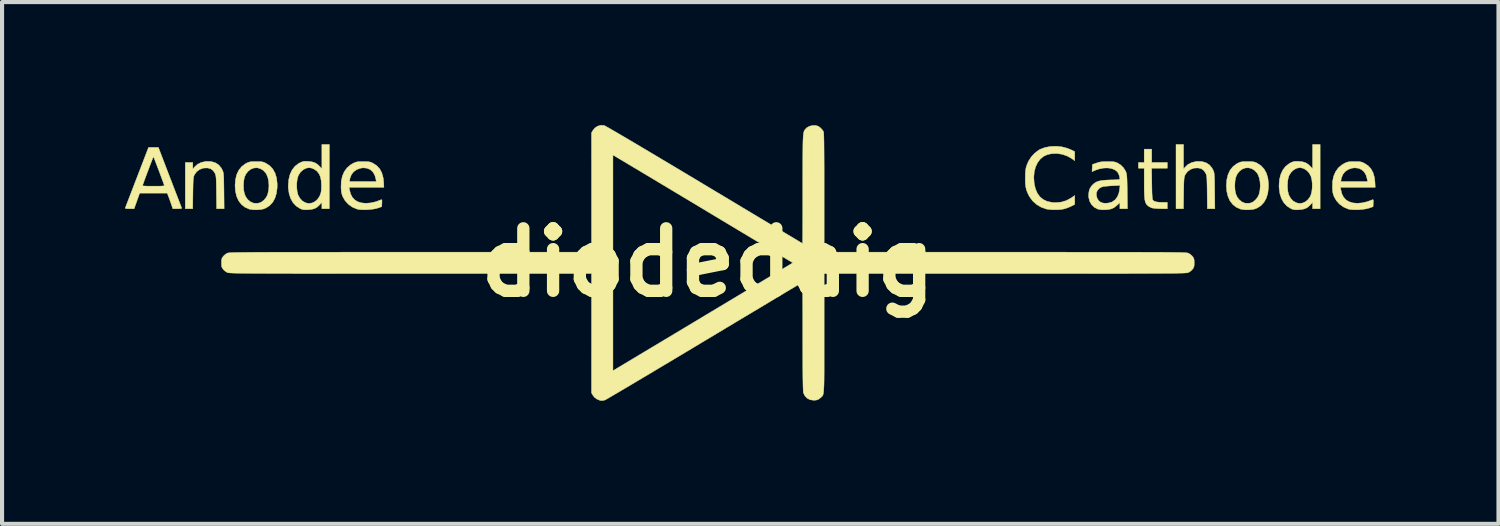
<source format=kicad_pcb>
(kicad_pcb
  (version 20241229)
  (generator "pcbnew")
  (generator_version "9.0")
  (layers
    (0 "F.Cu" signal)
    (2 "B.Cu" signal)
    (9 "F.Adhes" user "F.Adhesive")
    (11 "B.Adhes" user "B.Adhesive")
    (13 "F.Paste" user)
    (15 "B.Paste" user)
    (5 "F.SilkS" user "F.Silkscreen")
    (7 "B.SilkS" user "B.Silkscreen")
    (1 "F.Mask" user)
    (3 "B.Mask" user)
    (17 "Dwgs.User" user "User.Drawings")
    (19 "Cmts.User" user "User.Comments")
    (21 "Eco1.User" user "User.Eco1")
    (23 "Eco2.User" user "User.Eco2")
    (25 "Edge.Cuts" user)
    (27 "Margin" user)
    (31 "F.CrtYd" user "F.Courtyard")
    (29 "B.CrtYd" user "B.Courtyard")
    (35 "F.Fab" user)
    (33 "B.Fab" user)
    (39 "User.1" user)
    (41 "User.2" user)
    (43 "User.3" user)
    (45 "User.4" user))
  (footprint "diodedaig"
    (layer "F.Cu")
    (at 14.21 3.352)
    (property "Reference" "diodedaig" (at 0 0 0) (layer "F.SilkS") (effects (font (size 1.524 1.524) (thickness 0.3))))
    (attr through_hole)
    (fp_poly (pts (xy 10.823 -2.441) (xy 11.204 -2.441) (xy 11.204 -2.3) (xy 10.821 -2.3) (xy 10.826 -1.93) (xy 10.828 -1.803) (xy 10.83 -1.703) (xy 10.834 -1.627) (xy 10.838 -1.573) (xy 10.844 -1.54) (xy 10.848 -1.528) (xy 10.877 -1.5) (xy 10.929 -1.481) (xy 11.006 -1.47) (xy 11.088 -1.468) (xy 11.204 -1.468) (xy 11.204 -1.312) (xy 11.045 -1.313) (xy 10.968 -1.316) (xy 10.898 -1.321) (xy 10.843 -1.329) (xy 10.825 -1.333) (xy 10.776 -1.355) (xy 10.731 -1.384) (xy 10.722 -1.392) (xy 10.699 -1.417) (xy 10.681 -1.446) (xy 10.667 -1.481) (xy 10.656 -1.526) (xy 10.649 -1.585) (xy 10.644 -1.661) (xy 10.641 -1.756) (xy 10.64 -1.876) (xy 10.64 -1.936) (xy 10.64 -2.3) (xy 10.499 -2.3) (xy 10.499 -2.441) (xy 10.64 -2.441) (xy 10.64 -2.766) (xy 10.823 -2.766) (xy 10.823 -2.441)) (stroke (width 0.01) (type solid)) (fill yes) (layer "F.SilkS"))
    (fp_poly (pts (xy -12.105 -2.462) (xy -12.01 -2.434) (xy -11.93 -2.383) (xy -11.867 -2.309) (xy -11.837 -2.254) (xy -11.828 -2.232) (xy -11.82 -2.211) (xy -11.815 -2.187) (xy -11.81 -2.156) (xy -11.807 -2.116) (xy -11.804 -2.062) (xy -11.803 -1.991) (xy -11.801 -1.9) (xy -11.8 -1.786) (xy -11.799 -1.746) (xy -11.795 -1.312) (xy -11.978 -1.312) (xy -11.983 -1.711) (xy -11.984 -1.828) (xy -11.986 -1.921) (xy -11.988 -1.993) (xy -11.99 -2.047) (xy -11.994 -2.088) (xy -11.999 -2.119) (xy -12.005 -2.143) (xy -12.013 -2.164) (xy -12.018 -2.176) (xy -12.063 -2.243) (xy -12.123 -2.287) (xy -12.199 -2.307) (xy -12.289 -2.304) (xy -12.311 -2.3) (xy -12.392 -2.27) (xy -12.462 -2.218) (xy -12.514 -2.15) (xy -12.525 -2.128) (xy -12.533 -2.106) (xy -12.54 -2.08) (xy -12.544 -2.047) (xy -12.548 -2.002) (xy -12.551 -1.943) (xy -12.553 -1.864) (xy -12.555 -1.763) (xy -12.556 -1.69) (xy -12.561 -1.312) (xy -12.742 -1.312) (xy -12.742 -2.441) (xy -12.559 -2.441) (xy -12.559 -2.28) (xy -12.518 -2.329) (xy -12.446 -2.395) (xy -12.356 -2.44) (xy -12.249 -2.464) (xy -12.217 -2.467) (xy -12.105 -2.462)) (stroke (width 0.01) (type solid)) (fill yes) (layer "F.SilkS"))
    (fp_poly (pts (xy 11.599 -2.28) (xy 11.64 -2.329) (xy 11.712 -2.395) (xy 11.803 -2.44) (xy 11.909 -2.464) (xy 11.941 -2.467) (xy 12.053 -2.462) (xy 12.148 -2.434) (xy 12.228 -2.383) (xy 12.291 -2.309) (xy 12.321 -2.254) (xy 12.33 -2.232) (xy 12.338 -2.211) (xy 12.344 -2.187) (xy 12.348 -2.156) (xy 12.351 -2.116) (xy 12.354 -2.062) (xy 12.356 -1.991) (xy 12.357 -1.9) (xy 12.358 -1.786) (xy 12.359 -1.746) (xy 12.363 -1.312) (xy 12.18 -1.312) (xy 12.175 -1.711) (xy 12.174 -1.828) (xy 12.172 -1.921) (xy 12.17 -1.993) (xy 12.168 -2.047) (xy 12.164 -2.088) (xy 12.16 -2.119) (xy 12.154 -2.143) (xy 12.146 -2.164) (xy 12.14 -2.176) (xy 12.096 -2.243) (xy 12.035 -2.287) (xy 11.959 -2.307) (xy 11.869 -2.304) (xy 11.847 -2.3) (xy 11.766 -2.27) (xy 11.696 -2.218) (xy 11.644 -2.15) (xy 11.633 -2.128) (xy 11.625 -2.106) (xy 11.619 -2.08) (xy 11.614 -2.047) (xy 11.61 -2.002) (xy 11.607 -1.943) (xy 11.605 -1.864) (xy 11.603 -1.763) (xy 11.602 -1.69) (xy 11.597 -1.312) (xy 11.416 -1.312) (xy 11.416 -2.879) (xy 11.599 -2.879) (xy 11.599 -2.28)) (stroke (width 0.01) (type solid)) (fill yes) (layer "F.SilkS"))
    (fp_poly (pts (xy 8.631 -2.822) (xy 8.765 -2.787) (xy 8.858 -2.749) (xy 8.946 -2.705) (xy 8.946 -2.484) (xy 8.868 -2.54) (xy 8.758 -2.6) (xy 8.637 -2.641) (xy 8.51 -2.659) (xy 8.383 -2.655) (xy 8.278 -2.632) (xy 8.183 -2.588) (xy 8.103 -2.52) (xy 8.038 -2.433) (xy 7.99 -2.329) (xy 7.959 -2.21) (xy 7.948 -2.08) (xy 7.957 -1.94) (xy 7.957 -1.937) (xy 7.986 -1.803) (xy 8.033 -1.692) (xy 8.097 -1.603) (xy 8.179 -1.536) (xy 8.279 -1.49) (xy 8.397 -1.466) (xy 8.481 -1.461) (xy 8.618 -1.474) (xy 8.744 -1.512) (xy 8.861 -1.576) (xy 8.868 -1.581) (xy 8.946 -1.636) (xy 8.946 -1.417) (xy 8.856 -1.372) (xy 8.794 -1.344) (xy 8.724 -1.319) (xy 8.676 -1.306) (xy 8.594 -1.292) (xy 8.496 -1.287) (xy 8.394 -1.288) (xy 8.301 -1.297) (xy 8.252 -1.306) (xy 8.127 -1.35) (xy 8.015 -1.417) (xy 7.919 -1.503) (xy 7.843 -1.607) (xy 7.829 -1.633) (xy 7.794 -1.704) (xy 7.77 -1.769) (xy 7.754 -1.834) (xy 7.744 -1.907) (xy 7.74 -1.997) (xy 7.74 -2.06) (xy 7.742 -2.163) (xy 7.747 -2.244) (xy 7.759 -2.314) (xy 7.779 -2.378) (xy 7.807 -2.444) (xy 7.829 -2.487) (xy 7.89 -2.581) (xy 7.97 -2.667) (xy 8.061 -2.736) (xy 8.101 -2.76) (xy 8.22 -2.805) (xy 8.352 -2.83) (xy 8.491 -2.836) (xy 8.631 -2.822)) (stroke (width 0.01) (type solid)) (fill yes) (layer "F.SilkS"))
    (fp_poly (pts (xy -10.943 -2.462) (xy -10.892 -2.459) (xy -10.853 -2.453) (xy -10.819 -2.442) (xy -10.781 -2.424) (xy -10.779 -2.423) (xy -10.684 -2.361) (xy -10.608 -2.28) (xy -10.552 -2.179) (xy -10.516 -2.059) (xy -10.501 -1.921) (xy -10.502 -1.824) (xy -10.52 -1.687) (xy -10.557 -1.568) (xy -10.612 -1.468) (xy -10.686 -1.389) (xy -10.776 -1.331) (xy -10.842 -1.305) (xy -10.909 -1.292) (xy -10.99 -1.286) (xy -11.074 -1.287) (xy -11.149 -1.296) (xy -11.186 -1.304) (xy -11.288 -1.35) (xy -11.373 -1.418) (xy -11.441 -1.506) (xy -11.49 -1.614) (xy -11.519 -1.74) (xy -11.529 -1.877) (xy -11.323 -1.877) (xy -11.317 -1.766) (xy -11.299 -1.676) (xy -11.267 -1.602) (xy -11.221 -1.538) (xy -11.152 -1.48) (xy -11.075 -1.448) (xy -10.989 -1.444) (xy -10.929 -1.455) (xy -10.872 -1.483) (xy -10.815 -1.531) (xy -10.767 -1.591) (xy -10.735 -1.657) (xy -10.734 -1.66) (xy -10.71 -1.761) (xy -10.702 -1.869) (xy -10.708 -1.975) (xy -10.729 -2.073) (xy -10.763 -2.156) (xy -10.778 -2.18) (xy -10.84 -2.248) (xy -10.912 -2.291) (xy -10.99 -2.311) (xy -11.069 -2.306) (xy -11.146 -2.276) (xy -11.213 -2.223) (xy -11.262 -2.16) (xy -11.296 -2.089) (xy -11.315 -2.003) (xy -11.323 -1.898) (xy -11.323 -1.877) (xy -11.529 -1.877) (xy -11.518 -2.02) (xy -11.488 -2.146) (xy -11.437 -2.253) (xy -11.367 -2.34) (xy -11.278 -2.408) (xy -11.249 -2.423) (xy -11.21 -2.441) (xy -11.176 -2.452) (xy -11.138 -2.459) (xy -11.088 -2.462) (xy -11.018 -2.462) (xy -11.014 -2.462) (xy -10.943 -2.462)) (stroke (width 0.01) (type solid)) (fill yes) (layer "F.SilkS"))
    (fp_poly (pts (xy -8.332 -2.462) (xy -8.281 -2.459) (xy -8.243 -2.453) (xy -8.208 -2.442) (xy -8.17 -2.424) (xy -8.167 -2.423) (xy -8.074 -2.363) (xy -8.001 -2.284) (xy -7.949 -2.186) (xy -7.917 -2.068) (xy -7.905 -1.965) (xy -7.899 -1.834) (xy -8.747 -1.834) (xy -8.739 -1.782) (xy -8.712 -1.675) (xy -8.669 -1.591) (xy -8.608 -1.526) (xy -8.539 -1.484) (xy -8.446 -1.455) (xy -8.338 -1.445) (xy -8.219 -1.455) (xy -8.093 -1.484) (xy -7.969 -1.531) (xy -7.955 -1.534) (xy -7.948 -1.526) (xy -7.946 -1.5) (xy -7.947 -1.452) (xy -7.947 -1.452) (xy -7.952 -1.362) (xy -8.05 -1.328) (xy -8.12 -1.31) (xy -8.206 -1.297) (xy -8.3 -1.289) (xy -8.393 -1.287) (xy -8.477 -1.291) (xy -8.543 -1.301) (xy -8.551 -1.303) (xy -8.666 -1.351) (xy -8.765 -1.421) (xy -8.846 -1.51) (xy -8.899 -1.601) (xy -8.918 -1.65) (xy -8.931 -1.698) (xy -8.939 -1.755) (xy -8.944 -1.827) (xy -8.939 -1.974) (xy -8.939 -1.976) (xy -8.738 -1.976) (xy -8.085 -1.976) (xy -8.095 -2.036) (xy -8.122 -2.132) (xy -8.168 -2.21) (xy -8.231 -2.266) (xy -8.309 -2.3) (xy -8.399 -2.31) (xy -8.469 -2.301) (xy -8.561 -2.268) (xy -8.636 -2.215) (xy -8.692 -2.144) (xy -8.725 -2.057) (xy -8.729 -2.036) (xy -8.738 -1.976) (xy -8.939 -1.976) (xy -8.913 -2.104) (xy -8.866 -2.216) (xy -8.796 -2.311) (xy -8.706 -2.387) (xy -8.628 -2.43) (xy -8.591 -2.445) (xy -8.554 -2.455) (xy -8.509 -2.46) (xy -8.447 -2.462) (xy -8.403 -2.462) (xy -8.332 -2.462)) (stroke (width 0.01) (type solid)) (fill yes) (layer "F.SilkS"))
    (fp_poly (pts (xy 13.23 -2.462) (xy 13.281 -2.459) (xy 13.319 -2.453) (xy 13.354 -2.442) (xy 13.392 -2.424) (xy 13.394 -2.423) (xy 13.489 -2.361) (xy 13.564 -2.28) (xy 13.62 -2.179) (xy 13.656 -2.059) (xy 13.671 -1.921) (xy 13.67 -1.824) (xy 13.653 -1.687) (xy 13.616 -1.568) (xy 13.56 -1.468) (xy 13.487 -1.389) (xy 13.396 -1.331) (xy 13.33 -1.305) (xy 13.263 -1.292) (xy 13.182 -1.286) (xy 13.098 -1.287) (xy 13.023 -1.296) (xy 12.987 -1.304) (xy 12.884 -1.35) (xy 12.799 -1.418) (xy 12.731 -1.506) (xy 12.683 -1.614) (xy 12.653 -1.74) (xy 12.644 -1.877) (xy 12.849 -1.877) (xy 12.855 -1.766) (xy 12.873 -1.676) (xy 12.905 -1.602) (xy 12.951 -1.538) (xy 13.02 -1.48) (xy 13.098 -1.448) (xy 13.184 -1.444) (xy 13.243 -1.455) (xy 13.301 -1.483) (xy 13.357 -1.531) (xy 13.405 -1.591) (xy 13.438 -1.657) (xy 13.439 -1.66) (xy 13.462 -1.761) (xy 13.47 -1.869) (xy 13.464 -1.975) (xy 13.443 -2.073) (xy 13.41 -2.156) (xy 13.395 -2.18) (xy 13.332 -2.248) (xy 13.26 -2.291) (xy 13.182 -2.311) (xy 13.103 -2.306) (xy 13.026 -2.276) (xy 12.959 -2.223) (xy 12.91 -2.16) (xy 12.877 -2.089) (xy 12.857 -2.003) (xy 12.85 -1.898) (xy 12.849 -1.877) (xy 12.644 -1.877) (xy 12.654 -2.02) (xy 12.685 -2.146) (xy 12.735 -2.253) (xy 12.805 -2.34) (xy 12.895 -2.408) (xy 12.924 -2.423) (xy 12.962 -2.441) (xy 12.996 -2.452) (xy 13.035 -2.459) (xy 13.085 -2.462) (xy 13.154 -2.462) (xy 13.159 -2.462) (xy 13.23 -2.462)) (stroke (width 0.01) (type solid)) (fill yes) (layer "F.SilkS"))
    (fp_poly (pts (xy 15.84 -2.462) (xy 15.891 -2.459) (xy 15.93 -2.453) (xy 15.964 -2.442) (xy 16.002 -2.424) (xy 16.005 -2.423) (xy 16.098 -2.363) (xy 16.171 -2.284) (xy 16.223 -2.186) (xy 16.256 -2.068) (xy 16.267 -1.965) (xy 16.273 -1.834) (xy 15.425 -1.834) (xy 15.434 -1.782) (xy 15.46 -1.675) (xy 15.503 -1.591) (xy 15.565 -1.526) (xy 15.634 -1.484) (xy 15.726 -1.455) (xy 15.834 -1.445) (xy 15.953 -1.455) (xy 16.079 -1.484) (xy 16.204 -1.531) (xy 16.217 -1.534) (xy 16.225 -1.526) (xy 16.227 -1.5) (xy 16.225 -1.452) (xy 16.225 -1.452) (xy 16.221 -1.362) (xy 16.122 -1.328) (xy 16.052 -1.31) (xy 15.966 -1.297) (xy 15.872 -1.289) (xy 15.779 -1.287) (xy 15.696 -1.291) (xy 15.63 -1.301) (xy 15.621 -1.303) (xy 15.507 -1.351) (xy 15.407 -1.421) (xy 15.326 -1.51) (xy 15.274 -1.601) (xy 15.254 -1.65) (xy 15.241 -1.698) (xy 15.233 -1.755) (xy 15.229 -1.827) (xy 15.233 -1.974) (xy 15.233 -1.976) (xy 15.434 -1.976) (xy 16.087 -1.976) (xy 16.077 -2.036) (xy 16.05 -2.132) (xy 16.004 -2.21) (xy 15.941 -2.266) (xy 15.864 -2.3) (xy 15.774 -2.31) (xy 15.703 -2.301) (xy 15.611 -2.268) (xy 15.536 -2.215) (xy 15.481 -2.144) (xy 15.448 -2.057) (xy 15.444 -2.036) (xy 15.434 -1.976) (xy 15.233 -1.976) (xy 15.259 -2.104) (xy 15.307 -2.216) (xy 15.376 -2.311) (xy 15.467 -2.387) (xy 15.545 -2.43) (xy 15.581 -2.445) (xy 15.618 -2.455) (xy 15.664 -2.46) (xy 15.725 -2.462) (xy 15.769 -2.462) (xy 15.84 -2.462)) (stroke (width 0.01) (type solid)) (fill yes) (layer "F.SilkS"))
    (fp_poly (pts (xy 14.93 -1.312) (xy 14.746 -1.312) (xy 14.746 -1.468) (xy 14.694 -1.41) (xy 14.636 -1.355) (xy 14.575 -1.319) (xy 14.503 -1.298) (xy 14.412 -1.288) (xy 14.407 -1.288) (xy 14.344 -1.286) (xy 14.298 -1.289) (xy 14.261 -1.298) (xy 14.221 -1.314) (xy 14.215 -1.317) (xy 14.122 -1.377) (xy 14.046 -1.458) (xy 13.988 -1.559) (xy 13.949 -1.678) (xy 13.93 -1.814) (xy 13.929 -1.834) (xy 14.134 -1.834) (xy 14.143 -1.739) (xy 14.162 -1.659) (xy 14.165 -1.65) (xy 14.209 -1.569) (xy 14.269 -1.504) (xy 14.339 -1.463) (xy 14.346 -1.46) (xy 14.401 -1.444) (xy 14.449 -1.442) (xy 14.504 -1.453) (xy 14.511 -1.454) (xy 14.579 -1.487) (xy 14.64 -1.541) (xy 14.689 -1.612) (xy 14.705 -1.649) (xy 14.726 -1.727) (xy 14.737 -1.822) (xy 14.738 -1.923) (xy 14.728 -2.018) (xy 14.708 -2.099) (xy 14.705 -2.105) (xy 14.664 -2.182) (xy 14.605 -2.245) (xy 14.537 -2.29) (xy 14.463 -2.312) (xy 14.436 -2.314) (xy 14.361 -2.301) (xy 14.29 -2.263) (xy 14.227 -2.207) (xy 14.179 -2.134) (xy 14.166 -2.105) (xy 14.145 -2.027) (xy 14.134 -1.934) (xy 14.134 -1.834) (xy 13.929 -1.834) (xy 13.928 -1.877) (xy 13.938 -2.02) (xy 13.969 -2.147) (xy 14.019 -2.255) (xy 14.088 -2.345) (xy 14.176 -2.414) (xy 14.222 -2.438) (xy 14.265 -2.456) (xy 14.303 -2.466) (xy 14.347 -2.469) (xy 14.408 -2.467) (xy 14.412 -2.467) (xy 14.506 -2.456) (xy 14.58 -2.432) (xy 14.643 -2.392) (xy 14.694 -2.343) (xy 14.746 -2.286) (xy 14.746 -2.879) (xy 14.93 -2.879) (xy 14.93 -1.312)) (stroke (width 0.01) (type solid)) (fill yes) (layer "F.SilkS"))
    (fp_poly (pts (xy -9.229 -1.312) (xy -9.412 -1.312) (xy -9.412 -1.468) (xy -9.464 -1.41) (xy -9.522 -1.355) (xy -9.583 -1.319) (xy -9.655 -1.298) (xy -9.746 -1.288) (xy -9.751 -1.288) (xy -9.814 -1.286) (xy -9.86 -1.289) (xy -9.897 -1.298) (xy -9.937 -1.314) (xy -9.943 -1.317) (xy -10.036 -1.377) (xy -10.113 -1.458) (xy -10.171 -1.559) (xy -10.21 -1.678) (xy -10.229 -1.814) (xy -10.229 -1.834) (xy -10.025 -1.834) (xy -10.015 -1.739) (xy -9.996 -1.659) (xy -9.993 -1.65) (xy -9.949 -1.569) (xy -9.89 -1.504) (xy -9.819 -1.463) (xy -9.813 -1.46) (xy -9.757 -1.444) (xy -9.71 -1.442) (xy -9.654 -1.453) (xy -9.647 -1.454) (xy -9.58 -1.487) (xy -9.518 -1.541) (xy -9.469 -1.612) (xy -9.453 -1.649) (xy -9.437 -1.695) (xy -9.428 -1.743) (xy -9.423 -1.802) (xy -9.422 -1.877) (xy -9.427 -1.99) (xy -9.445 -2.082) (xy -9.475 -2.156) (xy -9.52 -2.216) (xy -9.539 -2.235) (xy -9.596 -2.275) (xy -9.661 -2.303) (xy -9.722 -2.314) (xy -9.723 -2.314) (xy -9.797 -2.301) (xy -9.868 -2.263) (xy -9.931 -2.207) (xy -9.979 -2.134) (xy -9.992 -2.105) (xy -10.013 -2.027) (xy -10.024 -1.934) (xy -10.025 -1.834) (xy -10.229 -1.834) (xy -10.231 -1.877) (xy -10.22 -2.02) (xy -10.189 -2.147) (xy -10.139 -2.255) (xy -10.07 -2.345) (xy -9.982 -2.414) (xy -9.936 -2.438) (xy -9.893 -2.456) (xy -9.855 -2.466) (xy -9.811 -2.469) (xy -9.75 -2.467) (xy -9.746 -2.467) (xy -9.653 -2.456) (xy -9.578 -2.432) (xy -9.515 -2.392) (xy -9.464 -2.343) (xy -9.412 -2.286) (xy -9.412 -2.879) (xy -9.229 -2.879) (xy -9.229 -1.312)) (stroke (width 0.01) (type solid)) (fill yes) (layer "F.SilkS"))
    (fp_poly (pts (xy -13.121 -2.085) (xy -13.068 -1.949) (xy -13.019 -1.82) (xy -12.973 -1.701) (xy -12.932 -1.595) (xy -12.897 -1.504) (xy -12.869 -1.43) (xy -12.848 -1.376) (xy -12.836 -1.344) (xy -12.833 -1.337) (xy -12.831 -1.325) (xy -12.84 -1.317) (xy -12.865 -1.314) (xy -12.912 -1.312) (xy -12.935 -1.312) (xy -13.046 -1.312) (xy -13.083 -1.422) (xy -13.106 -1.487) (xy -13.13 -1.555) (xy -13.151 -1.611) (xy -13.152 -1.612) (xy -13.182 -1.693) (xy -13.854 -1.693) (xy -13.99 -1.312) (xy -14.101 -1.312) (xy -14.157 -1.313) (xy -14.189 -1.316) (xy -14.204 -1.321) (xy -14.205 -1.332) (xy -14.204 -1.337) (xy -14.197 -1.355) (xy -14.181 -1.396) (xy -14.157 -1.459) (xy -14.126 -1.54) (xy -14.088 -1.638) (xy -14.045 -1.75) (xy -13.998 -1.873) (xy -13.995 -1.88) (xy -13.783 -1.88) (xy -13.779 -1.874) (xy -13.761 -1.869) (xy -13.725 -1.866) (xy -13.668 -1.864) (xy -13.588 -1.863) (xy -13.518 -1.863) (xy -13.421 -1.863) (xy -13.348 -1.864) (xy -13.298 -1.867) (xy -13.268 -1.871) (xy -13.254 -1.876) (xy -13.253 -1.88) (xy -13.267 -1.921) (xy -13.288 -1.978) (xy -13.314 -2.048) (xy -13.343 -2.127) (xy -13.374 -2.211) (xy -13.406 -2.295) (xy -13.437 -2.375) (xy -13.465 -2.448) (xy -13.488 -2.509) (xy -13.506 -2.554) (xy -13.516 -2.579) (xy -13.518 -2.582) (xy -13.525 -2.569) (xy -13.539 -2.534) (xy -13.56 -2.48) (xy -13.586 -2.412) (xy -13.617 -2.332) (xy -13.649 -2.245) (xy -13.683 -2.156) (xy -13.716 -2.067) (xy -13.747 -1.983) (xy -13.774 -1.907) (xy -13.783 -1.88) (xy -13.995 -1.88) (xy -13.947 -2.006) (xy -13.916 -2.085) (xy -13.638 -2.808) (xy -13.398 -2.808) (xy -13.121 -2.085)) (stroke (width 0.01) (type solid)) (fill yes) (layer "F.SilkS"))
    (fp_poly (pts (xy 9.819 -2.461) (xy 9.874 -2.459) (xy 9.915 -2.454) (xy 9.95 -2.444) (xy 9.986 -2.43) (xy 9.988 -2.429) (xy 10.066 -2.38) (xy 10.135 -2.311) (xy 10.186 -2.23) (xy 10.197 -2.204) (xy 10.204 -2.181) (xy 10.21 -2.153) (xy 10.215 -2.117) (xy 10.219 -2.069) (xy 10.222 -2.005) (xy 10.224 -1.923) (xy 10.226 -1.819) (xy 10.227 -1.725) (xy 10.232 -1.312) (xy 10.047 -1.312) (xy 10.047 -1.462) (xy 9.98 -1.398) (xy 9.899 -1.336) (xy 9.837 -1.309) (xy 9.767 -1.293) (xy 9.686 -1.286) (xy 9.605 -1.287) (xy 9.534 -1.297) (xy 9.507 -1.304) (xy 9.423 -1.348) (xy 9.357 -1.413) (xy 9.311 -1.493) (xy 9.287 -1.587) (xy 9.285 -1.629) (xy 9.285 -1.633) (xy 9.474 -1.633) (xy 9.495 -1.563) (xy 9.532 -1.506) (xy 9.582 -1.469) (xy 9.631 -1.452) (xy 9.691 -1.445) (xy 9.763 -1.451) (xy 9.831 -1.468) (xy 9.862 -1.481) (xy 9.935 -1.533) (xy 9.989 -1.607) (xy 10.025 -1.702) (xy 10.041 -1.791) (xy 10.051 -1.881) (xy 9.862 -1.873) (xy 9.787 -1.868) (xy 9.716 -1.862) (xy 9.658 -1.855) (xy 9.621 -1.849) (xy 9.618 -1.848) (xy 9.551 -1.815) (xy 9.503 -1.765) (xy 9.476 -1.703) (xy 9.474 -1.633) (xy 9.285 -1.633) (xy 9.291 -1.718) (xy 9.309 -1.789) (xy 9.343 -1.85) (xy 9.372 -1.885) (xy 9.415 -1.926) (xy 9.46 -1.957) (xy 9.513 -1.98) (xy 9.578 -1.996) (xy 9.659 -2.007) (xy 9.762 -2.013) (xy 9.818 -2.015) (xy 9.903 -2.017) (xy 9.964 -2.02) (xy 10.005 -2.023) (xy 10.029 -2.027) (xy 10.042 -2.033) (xy 10.046 -2.042) (xy 10.046 -2.051) (xy 10.038 -2.099) (xy 10.019 -2.154) (xy 9.993 -2.202) (xy 9.981 -2.218) (xy 9.922 -2.263) (xy 9.844 -2.293) (xy 9.752 -2.307) (xy 9.651 -2.304) (xy 9.545 -2.284) (xy 9.439 -2.248) (xy 9.433 -2.245) (xy 9.368 -2.216) (xy 9.377 -2.392) (xy 9.476 -2.426) (xy 9.525 -2.442) (xy 9.572 -2.453) (xy 9.625 -2.459) (xy 9.692 -2.461) (xy 9.744 -2.462) (xy 9.819 -2.461)) (stroke (width 0.01) (type solid)) (fill yes) (layer "F.SilkS"))
    (fp_poly (pts (xy -2.534 -3.344) (xy -2.529 -3.343) (xy -2.511 -3.335) (xy -2.47 -3.312) (xy -2.407 -3.277) (xy -2.323 -3.228) (xy -2.218 -3.167) (xy -2.095 -3.095) (xy -1.954 -3.012) (xy -1.795 -2.918) (xy -1.621 -2.815) (xy -1.431 -2.702) (xy -1.228 -2.581) (xy -1.011 -2.452) (xy -0.783 -2.316) (xy -0.544 -2.173) (xy -0.295 -2.024) (xy -0.086 -1.898) (xy 0.153 -1.755) (xy 0.385 -1.616) (xy 0.609 -1.482) (xy 0.825 -1.352) (xy 1.031 -1.229) (xy 1.226 -1.112) (xy 1.408 -1.003) (xy 1.577 -0.902) (xy 1.731 -0.81) (xy 1.87 -0.727) (xy 1.992 -0.654) (xy 2.096 -0.592) (xy 2.18 -0.542) (xy 2.244 -0.503) (xy 2.287 -0.478) (xy 2.307 -0.466) (xy 2.309 -0.466) (xy 2.309 -0.479) (xy 2.31 -0.52) (xy 2.311 -0.584) (xy 2.312 -0.671) (xy 2.312 -0.778) (xy 2.313 -0.903) (xy 2.313 -1.046) (xy 2.314 -1.202) (xy 2.314 -1.372) (xy 2.314 -1.552) (xy 2.314 -1.741) (xy 2.314 -1.79) (xy 2.314 -2.017) (xy 2.314 -2.218) (xy 2.315 -2.394) (xy 2.315 -2.547) (xy 2.316 -2.679) (xy 2.317 -2.792) (xy 2.318 -2.887) (xy 2.32 -2.966) (xy 2.323 -3.03) (xy 2.326 -3.082) (xy 2.33 -3.124) (xy 2.335 -3.157) (xy 2.34 -3.182) (xy 2.347 -3.202) (xy 2.354 -3.218) (xy 2.363 -3.233) (xy 2.373 -3.247) (xy 2.374 -3.249) (xy 2.421 -3.294) (xy 2.485 -3.326) (xy 2.557 -3.343) (xy 2.629 -3.343) (xy 2.692 -3.324) (xy 2.692 -3.324) (xy 2.739 -3.291) (xy 2.785 -3.244) (xy 2.819 -3.196) (xy 2.82 -3.194) (xy 2.823 -3.179) (xy 2.826 -3.146) (xy 2.828 -3.093) (xy 2.83 -3.02) (xy 2.832 -2.926) (xy 2.833 -2.81) (xy 2.834 -2.67) (xy 2.835 -2.507) (xy 2.836 -2.319) (xy 2.836 -2.104) (xy 2.836 -1.864) (xy 2.836 -1.708) (xy 2.836 -0.254) (xy 7.25 -0.254) (xy 7.668 -0.254) (xy 8.059 -0.254) (xy 8.424 -0.254) (xy 8.764 -0.253) (xy 9.079 -0.253) (xy 9.37 -0.253) (xy 9.639 -0.253) (xy 9.886 -0.253) (xy 10.113 -0.253) (xy 10.319 -0.252) (xy 10.507 -0.252) (xy 10.677 -0.251) (xy 10.829 -0.251) (xy 10.966 -0.25) (xy 11.087 -0.25) (xy 11.194 -0.249) (xy 11.288 -0.248) (xy 11.37 -0.247) (xy 11.44 -0.246) (xy 11.499 -0.245) (xy 11.549 -0.244) (xy 11.591 -0.242) (xy 11.624 -0.241) (xy 11.651 -0.239) (xy 11.672 -0.237) (xy 11.689 -0.235) (xy 11.701 -0.233) (xy 11.71 -0.231) (xy 11.717 -0.229) (xy 11.721 -0.227) (xy 11.767 -0.198) (xy 11.81 -0.159) (xy 11.82 -0.147) (xy 11.842 -0.115) (xy 11.854 -0.085) (xy 11.859 -0.045) (xy 11.86 0.007) (xy 11.859 0.063) (xy 11.853 0.101) (xy 11.84 0.132) (xy 11.82 0.161) (xy 11.781 0.201) (xy 11.734 0.235) (xy 11.721 0.241) (xy 11.715 0.244) (xy 11.707 0.246) (xy 11.697 0.248) (xy 11.684 0.25) (xy 11.666 0.252) (xy 11.644 0.254) (xy 11.615 0.255) (xy 11.579 0.257) (xy 11.535 0.258) (xy 11.482 0.259) (xy 11.419 0.261) (xy 11.345 0.262) (xy 11.26 0.263) (xy 11.162 0.263) (xy 11.05 0.264) (xy 10.924 0.265) (xy 10.783 0.265) (xy 10.625 0.266) (xy 10.45 0.266) (xy 10.256 0.267) (xy 10.043 0.267) (xy 9.811 0.267) (xy 9.557 0.267) (xy 9.281 0.267) (xy 8.982 0.268) (xy 8.659 0.268) (xy 8.312 0.268) (xy 7.939 0.268) (xy 7.539 0.268) (xy 7.25 0.268) (xy 2.836 0.268) (xy 2.836 1.722) (xy 2.836 1.96) (xy 2.836 2.171) (xy 2.836 2.357) (xy 2.836 2.52) (xy 2.836 2.661) (xy 2.835 2.783) (xy 2.834 2.886) (xy 2.832 2.972) (xy 2.829 3.043) (xy 2.826 3.101) (xy 2.823 3.147) (xy 2.818 3.183) (xy 2.812 3.211) (xy 2.806 3.232) (xy 2.798 3.247) (xy 2.789 3.259) (xy 2.779 3.27) (xy 2.768 3.28) (xy 2.756 3.29) (xy 2.706 3.33) (xy 2.657 3.351) (xy 2.598 3.358) (xy 2.583 3.358) (xy 2.495 3.346) (xy 2.423 3.31) (xy 2.367 3.252) (xy 2.33 3.176) (xy 2.327 3.159) (xy 2.325 3.124) (xy 2.323 3.07) (xy 2.321 2.997) (xy 2.319 2.904) (xy 2.317 2.789) (xy 2.316 2.651) (xy 2.315 2.489) (xy 2.315 2.303) (xy 2.314 2.09) (xy 2.314 1.851) (xy 2.314 1.804) (xy 2.314 1.613) (xy 2.314 1.431) (xy 2.314 1.259) (xy 2.313 1.099) (xy 2.313 0.952) (xy 2.312 0.822) (xy 2.312 0.71) (xy 2.311 0.618) (xy 2.31 0.548) (xy 2.31 0.501) (xy 2.309 0.481) (xy 2.309 0.48) (xy 2.296 0.487) (xy 2.261 0.508) (xy 2.203 0.542) (xy 2.125 0.589) (xy 2.027 0.647) (xy 1.911 0.716) (xy 1.778 0.796) (xy 1.628 0.885) (xy 1.464 0.984) (xy 1.286 1.091) (xy 1.095 1.205) (xy 0.893 1.326) (xy 0.68 1.453) (xy 0.458 1.586) (xy 0.228 1.724) (xy -0.008 1.866) (xy -0.086 1.912) (xy -0.325 2.056) (xy -0.557 2.195) (xy -0.783 2.33) (xy -1 2.46) (xy -1.207 2.583) (xy -1.403 2.701) (xy -1.588 2.81) (xy -1.759 2.912) (xy -1.915 3.005) (xy -2.056 3.088) (xy -2.18 3.162) (xy -2.287 3.224) (xy -2.374 3.275) (xy -2.44 3.314) (xy -2.486 3.34) (xy -2.508 3.352) (xy -2.511 3.353) (xy -2.556 3.362) (xy -2.586 3.366) (xy -2.611 3.364) (xy -2.634 3.359) (xy -2.709 3.328) (xy -2.772 3.278) (xy -2.805 3.233) (xy -2.837 3.177) (xy -2.837 2.639) (xy -2.314 2.639) (xy -2.247 2.598) (xy -2.228 2.586) (xy -2.186 2.561) (xy -2.122 2.523) (xy -2.038 2.473) (xy -1.935 2.411) (xy -1.814 2.338) (xy -1.677 2.256) (xy -1.525 2.165) (xy -1.358 2.065) (xy -1.179 1.958) (xy -0.989 1.844) (xy -0.789 1.724) (xy -0.58 1.599) (xy -0.364 1.469) (xy -0.142 1.336) (xy -0.113 1.318) (xy 0.11 1.185) (xy 0.327 1.055) (xy 0.536 0.929) (xy 0.737 0.809) (xy 0.928 0.694) (xy 1.108 0.586) (xy 1.275 0.486) (xy 1.429 0.394) (xy 1.567 0.311) (xy 1.69 0.237) (xy 1.795 0.174) (xy 1.88 0.122) (xy 1.946 0.083) (xy 1.99 0.056) (xy 2.012 0.043) (xy 2.013 0.042) (xy 2.071 0.006) (xy 0.404 -0.995) (xy 0.194 -1.121) (xy -0.016 -1.247) (xy -0.225 -1.373) (xy -0.43 -1.496) (xy -0.63 -1.615) (xy -0.821 -1.73) (xy -1.003 -1.839) (xy -1.174 -1.941) (xy -1.33 -2.035) (xy -1.471 -2.119) (xy -1.594 -2.193) (xy -1.697 -2.255) (xy -1.778 -2.303) (xy -1.789 -2.309) (xy -2.314 -2.623) (xy -2.314 2.639) (xy -2.837 2.639) (xy -2.836 1.723) (xy -2.836 0.268) (xy -7.249 0.268) (xy -7.668 0.268) (xy -8.059 0.268) (xy -8.424 0.268) (xy -8.764 0.268) (xy -9.079 0.267) (xy -9.37 0.267) (xy -9.639 0.267) (xy -9.886 0.267) (xy -10.113 0.267) (xy -10.319 0.266) (xy -10.507 0.266) (xy -10.677 0.266) (xy -10.829 0.265) (xy -10.966 0.264) (xy -11.087 0.264) (xy -11.194 0.263) (xy -11.288 0.262) (xy -11.37 0.261) (xy -11.44 0.26) (xy -11.499 0.259) (xy -11.549 0.258) (xy -11.591 0.256) (xy -11.624 0.255) (xy -11.651 0.253) (xy -11.672 0.251) (xy -11.689 0.25) (xy -11.701 0.247) (xy -11.71 0.245) (xy -11.717 0.243) (xy -11.721 0.241) (xy -11.767 0.212) (xy -11.81 0.173) (xy -11.82 0.161) (xy -11.842 0.129) (xy -11.854 0.099) (xy -11.859 0.059) (xy -11.86 0.007) (xy -11.859 -0.049) (xy -11.853 -0.087) (xy -11.84 -0.118) (xy -11.82 -0.147) (xy -11.781 -0.187) (xy -11.734 -0.22) (xy -11.721 -0.227) (xy -11.715 -0.23) (xy -11.707 -0.232) (xy -11.697 -0.234) (xy -11.684 -0.236) (xy -11.666 -0.238) (xy -11.644 -0.24) (xy -11.615 -0.241) (xy -11.579 -0.243) (xy -11.535 -0.244) (xy -11.482 -0.245) (xy -11.419 -0.246) (xy -11.345 -0.247) (xy -11.26 -0.248) (xy -11.162 -0.249) (xy -11.051 -0.25) (xy -10.924 -0.251) (xy -10.783 -0.251) (xy -10.625 -0.252) (xy -10.45 -0.252) (xy -10.256 -0.252) (xy -10.043 -0.253) (xy -9.811 -0.253) (xy -9.557 -0.253) (xy -9.281 -0.253) (xy -8.982 -0.253) (xy -8.659 -0.254) (xy -8.312 -0.254) (xy -7.939 -0.254) (xy -7.539 -0.254) (xy -7.249 -0.254) (xy -2.836 -0.254) (xy -2.836 -1.709) (xy -2.837 -3.163) (xy -2.805 -3.219) (xy -2.755 -3.281) (xy -2.689 -3.325) (xy -2.613 -3.347) (xy -2.534 -3.344)) (stroke (width 0.01) (type solid)) (fill yes) (layer "F.SilkS")))
  (gr_rect
    (start -3 -3)
    (end 33.489 9.723)
    (stroke (width 0.1) (type default))
    (fill no)
    (layer "Edge.Cuts")))
</source>
